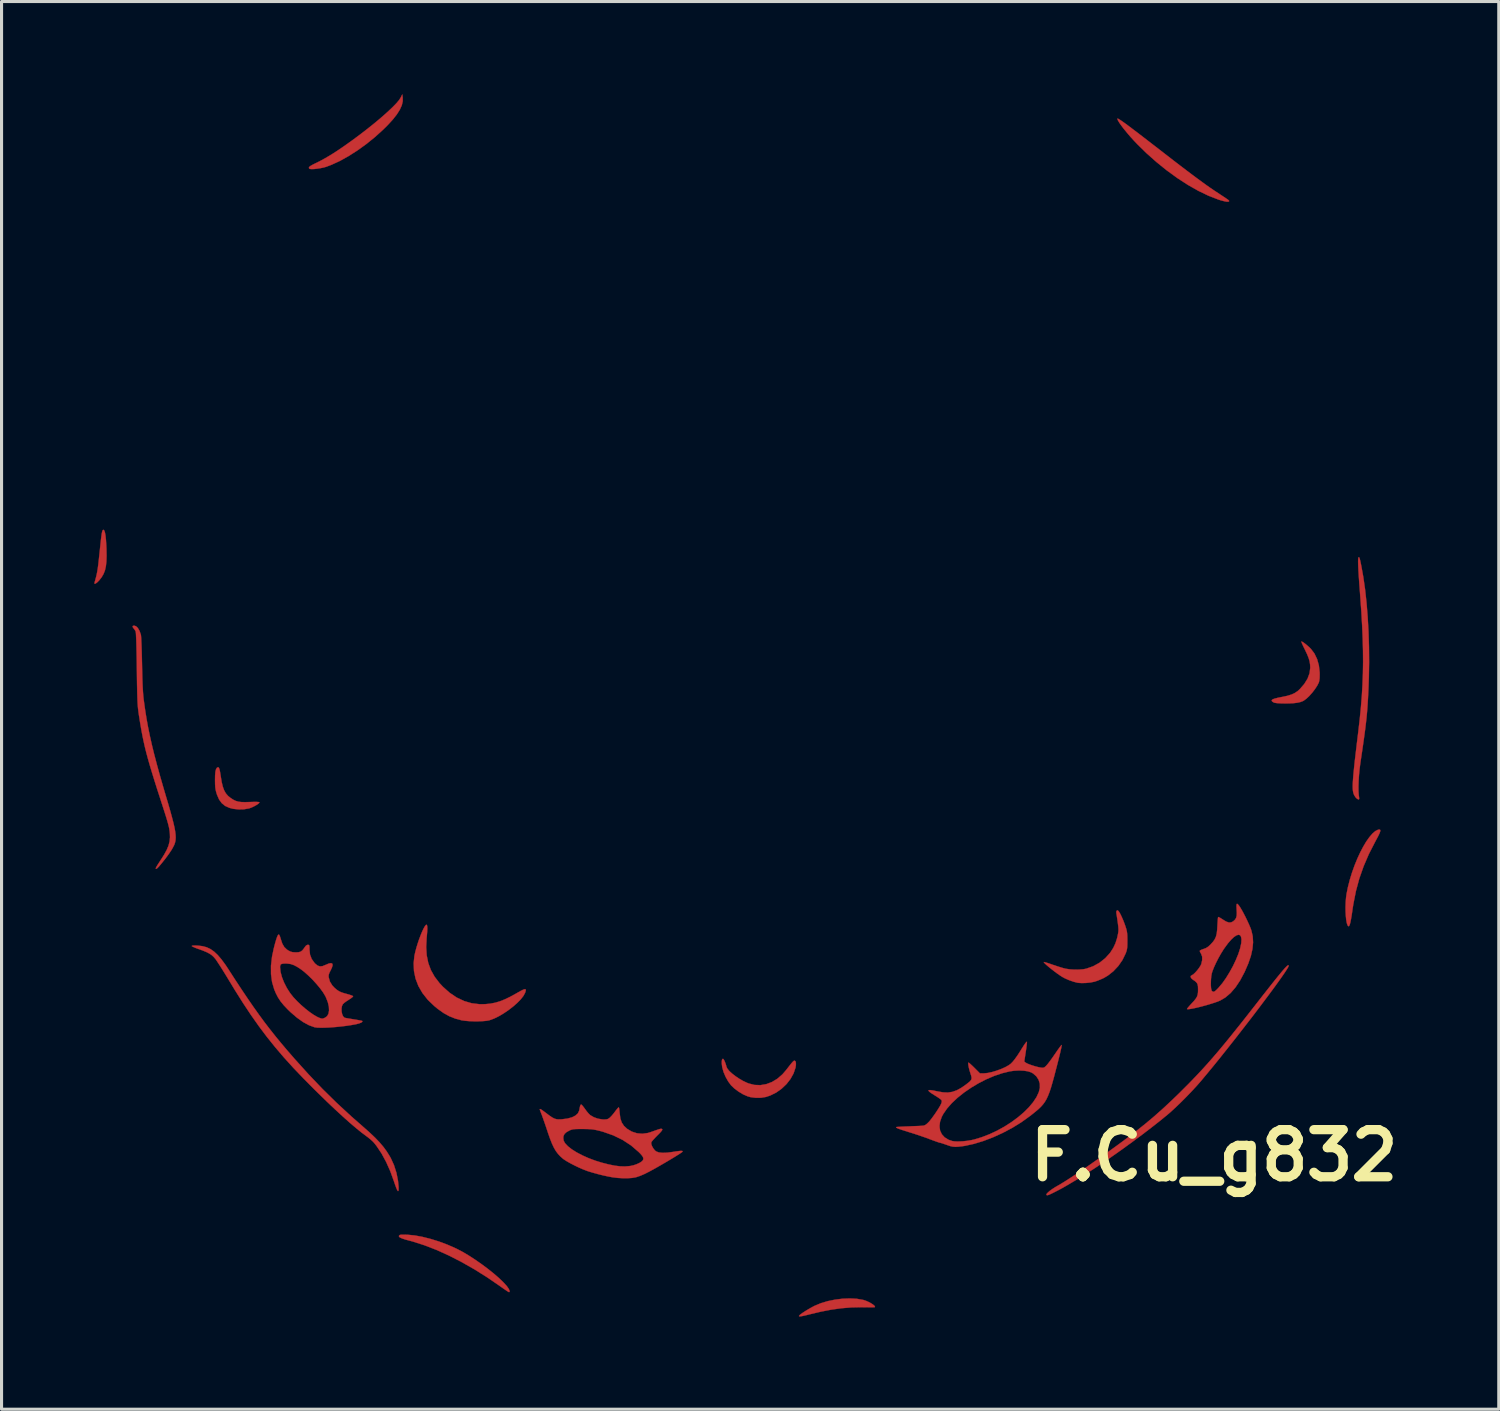
<source format=kicad_pcb>
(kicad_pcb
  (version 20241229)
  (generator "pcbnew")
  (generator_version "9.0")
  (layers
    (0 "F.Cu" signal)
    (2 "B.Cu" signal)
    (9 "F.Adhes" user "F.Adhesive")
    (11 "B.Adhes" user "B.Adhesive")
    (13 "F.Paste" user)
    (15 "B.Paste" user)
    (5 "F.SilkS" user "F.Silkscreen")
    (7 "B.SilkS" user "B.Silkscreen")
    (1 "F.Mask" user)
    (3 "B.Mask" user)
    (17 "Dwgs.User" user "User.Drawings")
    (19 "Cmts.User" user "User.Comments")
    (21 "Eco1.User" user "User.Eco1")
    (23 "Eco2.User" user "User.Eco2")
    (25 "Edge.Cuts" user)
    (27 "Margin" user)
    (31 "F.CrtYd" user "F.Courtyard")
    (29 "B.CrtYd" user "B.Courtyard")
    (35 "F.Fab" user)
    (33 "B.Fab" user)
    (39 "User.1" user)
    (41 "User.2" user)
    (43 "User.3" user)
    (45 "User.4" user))
  (footprint "F.Cu_g832"
    (layer "F.Cu")
    (at 36.238 34.34)
    (property "Reference" "F.Cu_g832" (at 0 0 0) (layer "F.SilkS") (effects (font (size 1.524 1.524) (thickness 0.3))))
    (attr through_hole)
    (fp_poly (pts (xy -35.915 -20.225) (xy -35.893 -20.163) (xy -35.874 -20.061) (xy -35.859 -19.919) (xy -35.848 -19.74) (xy -35.843 -19.622) (xy -35.839 -19.402) (xy -35.845 -19.218) (xy -35.862 -19.064) (xy -35.892 -18.932) (xy -35.937 -18.818) (xy -35.997 -18.714) (xy -36.074 -18.615) (xy -36.086 -18.602) (xy -36.145 -18.543) (xy -36.192 -18.508) (xy -36.223 -18.5) (xy -36.233 -18.519) (xy -36.229 -18.537) (xy -36.201 -18.635) (xy -36.178 -18.723) (xy -36.158 -18.807) (xy -36.141 -18.895) (xy -36.125 -18.992) (xy -36.11 -19.106) (xy -36.094 -19.243) (xy -36.076 -19.41) (xy -36.057 -19.59) (xy -36.038 -19.775) (xy -36.022 -19.922) (xy -36.008 -20.035) (xy -35.996 -20.119) (xy -35.984 -20.178) (xy -35.973 -20.215) (xy -35.961 -20.236) (xy -35.948 -20.245) (xy -35.94 -20.246) (xy -35.915 -20.225)) (stroke (width 0.01) (type solid)) (fill yes) (layer "F.Cu"))
    (fp_poly (pts (xy -11.564 4.638) (xy -11.364 4.673) (xy -11.345 4.677) (xy -11.264 4.704) (xy -11.183 4.74) (xy -11.107 4.78) (xy -11.043 4.821) (xy -10.997 4.858) (xy -10.974 4.889) (xy -10.979 4.908) (xy -11.001 4.912) (xy -11.033 4.913) (xy -11.101 4.913) (xy -11.195 4.913) (xy -11.31 4.912) (xy -11.43 4.911) (xy -11.743 4.918) (xy -12.058 4.944) (xy -12.383 4.989) (xy -12.726 5.055) (xy -13.096 5.143) (xy -13.1 5.144) (xy -13.2 5.169) (xy -13.29 5.19) (xy -13.359 5.203) (xy -13.394 5.207) (xy -13.431 5.205) (xy -13.432 5.192) (xy -13.408 5.163) (xy -13.371 5.132) (xy -13.305 5.086) (xy -13.22 5.031) (xy -13.124 4.973) (xy -13.027 4.918) (xy -12.937 4.87) (xy -12.933 4.868) (xy -12.734 4.784) (xy -12.51 4.716) (xy -12.272 4.667) (xy -12.028 4.636) (xy -11.789 4.627) (xy -11.564 4.638)) (stroke (width 0.01) (type solid)) (fill yes) (layer "F.Cu"))
    (fp_poly (pts (xy 5.364 -10.544) (xy 5.379 -10.528) (xy 5.377 -10.494) (xy 5.358 -10.438) (xy 5.32 -10.355) (xy 5.261 -10.243) (xy 5.216 -10.159) (xy 5.009 -9.756) (xy 4.839 -9.36) (xy 4.699 -8.963) (xy 4.589 -8.555) (xy 4.504 -8.125) (xy 4.477 -7.948) (xy 4.451 -7.769) (xy 4.427 -7.63) (xy 4.406 -7.528) (xy 4.386 -7.46) (xy 4.367 -7.423) (xy 4.348 -7.416) (xy 4.327 -7.435) (xy 4.318 -7.451) (xy 4.294 -7.52) (xy 4.275 -7.623) (xy 4.262 -7.751) (xy 4.254 -7.896) (xy 4.253 -8.049) (xy 4.258 -8.203) (xy 4.27 -8.348) (xy 4.285 -8.458) (xy 4.332 -8.691) (xy 4.392 -8.925) (xy 4.464 -9.158) (xy 4.545 -9.385) (xy 4.634 -9.603) (xy 4.728 -9.807) (xy 4.826 -9.994) (xy 4.925 -10.16) (xy 5.025 -10.301) (xy 5.122 -10.414) (xy 5.215 -10.495) (xy 5.302 -10.539) (xy 5.334 -10.546) (xy 5.364 -10.544)) (stroke (width 0.01) (type solid)) (fill yes) (layer "F.Cu"))
    (fp_poly (pts (xy -26.256 -34.239) (xy -26.255 -34.116) (xy -26.285 -33.985) (xy -26.349 -33.842) (xy -26.447 -33.687) (xy -26.581 -33.517) (xy -26.752 -33.332) (xy -26.889 -33.196) (xy -27.156 -32.954) (xy -27.436 -32.728) (xy -27.723 -32.521) (xy -28.01 -32.338) (xy -28.293 -32.181) (xy -28.565 -32.056) (xy -28.734 -31.992) (xy -28.82 -31.968) (xy -28.919 -31.948) (xy -29.022 -31.932) (xy -29.119 -31.921) (xy -29.202 -31.918) (xy -29.259 -31.923) (xy -29.279 -31.931) (xy -29.294 -31.959) (xy -29.281 -31.989) (xy -29.237 -32.023) (xy -29.159 -32.067) (xy -29.109 -32.091) (xy -28.93 -32.18) (xy -28.753 -32.277) (xy -28.569 -32.386) (xy -28.374 -32.511) (xy -28.161 -32.656) (xy -27.923 -32.825) (xy -27.908 -32.836) (xy -27.679 -33.005) (xy -27.458 -33.174) (xy -27.247 -33.341) (xy -27.05 -33.503) (xy -26.87 -33.658) (xy -26.709 -33.803) (xy -26.571 -33.935) (xy -26.459 -34.051) (xy -26.376 -34.149) (xy -26.325 -34.227) (xy -26.323 -34.231) (xy -26.271 -34.335) (xy -26.256 -34.239)) (stroke (width 0.01) (type solid)) (fill yes) (layer "F.Cu"))
    (fp_poly (pts (xy -26.191 2.563) (xy -26.088 2.567) (xy -25.864 2.589) (xy -25.615 2.635) (xy -25.35 2.702) (xy -25.077 2.787) (xy -24.805 2.889) (xy -24.542 3.005) (xy -24.5 3.025) (xy -24.313 3.124) (xy -24.112 3.243) (xy -23.906 3.377) (xy -23.7 3.521) (xy -23.5 3.67) (xy -23.312 3.82) (xy -23.144 3.966) (xy -23 4.104) (xy -22.887 4.228) (xy -22.878 4.241) (xy -22.83 4.309) (xy -22.802 4.368) (xy -22.796 4.408) (xy -22.815 4.424) (xy -22.816 4.424) (xy -22.839 4.412) (xy -22.89 4.38) (xy -22.962 4.331) (xy -23.05 4.27) (xy -23.106 4.23) (xy -23.519 3.947) (xy -23.936 3.685) (xy -24.353 3.448) (xy -24.765 3.237) (xy -25.168 3.055) (xy -25.559 2.904) (xy -25.931 2.785) (xy -26.021 2.761) (xy -26.163 2.723) (xy -26.267 2.689) (xy -26.335 2.66) (xy -26.372 2.634) (xy -26.38 2.608) (xy -26.37 2.589) (xy -26.352 2.575) (xy -26.321 2.566) (xy -26.27 2.563) (xy -26.191 2.563)) (stroke (width 0.01) (type solid)) (fill yes) (layer "F.Cu"))
    (fp_poly (pts (xy -32.203 -12.54) (xy -32.185 -12.493) (xy -32.168 -12.414) (xy -32.149 -12.299) (xy -32.144 -12.266) (xy -32.114 -12.081) (xy -32.078 -11.933) (xy -32.034 -11.813) (xy -31.979 -11.717) (xy -31.91 -11.636) (xy -31.825 -11.567) (xy -31.742 -11.513) (xy -31.662 -11.474) (xy -31.577 -11.449) (xy -31.478 -11.436) (xy -31.355 -11.433) (xy -31.207 -11.437) (xy -31.083 -11.441) (xy -30.987 -11.441) (xy -30.921 -11.437) (xy -30.893 -11.43) (xy -30.893 -11.43) (xy -30.901 -11.407) (xy -30.94 -11.373) (xy -31 -11.334) (xy -31.074 -11.294) (xy -31.151 -11.258) (xy -31.224 -11.232) (xy -31.235 -11.229) (xy -31.395 -11.202) (xy -31.57 -11.198) (xy -31.741 -11.217) (xy -31.866 -11.249) (xy -32.003 -11.311) (xy -32.112 -11.4) (xy -32.198 -11.518) (xy -32.265 -11.671) (xy -32.271 -11.69) (xy -32.296 -11.772) (xy -32.312 -11.845) (xy -32.323 -11.922) (xy -32.328 -12.016) (xy -32.33 -12.139) (xy -32.328 -12.292) (xy -32.319 -12.407) (xy -32.301 -12.488) (xy -32.275 -12.539) (xy -32.246 -12.56) (xy -32.222 -12.561) (xy -32.203 -12.54)) (stroke (width 0.01) (type solid)) (fill yes) (layer "F.Cu"))
    (fp_poly (pts (xy -3.089 -33.539) (xy -3.042 -33.51) (xy -2.974 -33.464) (xy -2.884 -33.4) (xy -2.77 -33.316) (xy -2.631 -33.211) (xy -2.464 -33.085) (xy -2.269 -32.935) (xy -2.043 -32.76) (xy -1.883 -32.637) (xy -1.59 -32.41) (xy -1.328 -32.207) (xy -1.093 -32.027) (xy -0.884 -31.868) (xy -0.697 -31.727) (xy -0.531 -31.604) (xy -0.382 -31.495) (xy -0.248 -31.398) (xy -0.127 -31.313) (xy -0.016 -31.237) (xy 0.063 -31.185) (xy 0.196 -31.097) (xy 0.298 -31.03) (xy 0.373 -30.98) (xy 0.425 -30.944) (xy 0.458 -30.92) (xy 0.476 -30.903) (xy 0.485 -30.892) (xy 0.487 -30.883) (xy 0.487 -30.881) (xy 0.468 -30.864) (xy 0.414 -30.863) (xy 0.33 -30.878) (xy 0.219 -30.907) (xy 0.131 -30.935) (xy -0.185 -31.058) (xy -0.513 -31.216) (xy -0.849 -31.407) (xy -1.19 -31.628) (xy -1.531 -31.876) (xy -1.868 -32.148) (xy -2.196 -32.44) (xy -2.477 -32.716) (xy -2.597 -32.842) (xy -2.713 -32.97) (xy -2.82 -33.096) (xy -2.918 -33.215) (xy -3 -33.323) (xy -3.065 -33.415) (xy -3.109 -33.488) (xy -3.129 -33.537) (xy -3.129 -33.55) (xy -3.118 -33.552) (xy -3.089 -33.539)) (stroke (width 0.01) (type solid)) (fill yes) (layer "F.Cu"))
    (fp_poly (pts (xy -15.89 -3.127) (xy -15.867 -3.103) (xy -15.839 -3.049) (xy -15.811 -2.978) (xy -15.787 -2.902) (xy -15.78 -2.87) (xy -15.749 -2.807) (xy -15.687 -2.731) (xy -15.598 -2.65) (xy -15.49 -2.566) (xy -15.37 -2.485) (xy -15.242 -2.411) (xy -15.115 -2.351) (xy -15.063 -2.33) (xy -14.873 -2.282) (xy -14.682 -2.275) (xy -14.492 -2.307) (xy -14.307 -2.377) (xy -14.131 -2.484) (xy -13.968 -2.626) (xy -13.853 -2.759) (xy -13.766 -2.871) (xy -13.701 -2.953) (xy -13.654 -3.01) (xy -13.62 -3.045) (xy -13.597 -3.063) (xy -13.579 -3.069) (xy -13.578 -3.069) (xy -13.548 -3.05) (xy -13.533 -2.999) (xy -13.533 -2.922) (xy -13.545 -2.844) (xy -13.608 -2.656) (xy -13.708 -2.476) (xy -13.838 -2.309) (xy -13.995 -2.16) (xy -14.171 -2.035) (xy -14.363 -1.94) (xy -14.499 -1.894) (xy -14.659 -1.867) (xy -14.831 -1.865) (xy -14.997 -1.886) (xy -15.096 -1.914) (xy -15.242 -1.978) (xy -15.391 -2.068) (xy -15.528 -2.171) (xy -15.632 -2.271) (xy -15.726 -2.398) (xy -15.81 -2.548) (xy -15.876 -2.705) (xy -15.917 -2.855) (xy -15.92 -2.871) (xy -15.932 -2.975) (xy -15.931 -3.057) (xy -15.92 -3.11) (xy -15.897 -3.128) (xy -15.89 -3.127)) (stroke (width 0.01) (type solid)) (fill yes) (layer "F.Cu"))
    (fp_poly (pts (xy 2.846 -16.626) (xy 2.892 -16.599) (xy 2.953 -16.554) (xy 3.02 -16.498) (xy 3.087 -16.438) (xy 3.135 -16.389) (xy 3.248 -16.239) (xy 3.333 -16.061) (xy 3.39 -15.858) (xy 3.415 -15.638) (xy 3.417 -15.579) (xy 3.414 -15.449) (xy 3.401 -15.351) (xy 3.388 -15.303) (xy 3.335 -15.2) (xy 3.261 -15.087) (xy 3.173 -14.973) (xy 3.079 -14.868) (xy 2.985 -14.78) (xy 2.901 -14.718) (xy 2.875 -14.704) (xy 2.791 -14.672) (xy 2.691 -14.65) (xy 2.569 -14.635) (xy 2.418 -14.628) (xy 2.288 -14.627) (xy 2.142 -14.63) (xy 2.034 -14.637) (xy 1.96 -14.648) (xy 1.931 -14.658) (xy 1.886 -14.685) (xy 1.863 -14.713) (xy 1.863 -14.717) (xy 1.872 -14.741) (xy 1.904 -14.763) (xy 1.964 -14.785) (xy 2.055 -14.808) (xy 2.182 -14.834) (xy 2.205 -14.838) (xy 2.372 -14.874) (xy 2.506 -14.916) (xy 2.614 -14.966) (xy 2.706 -15.029) (xy 2.768 -15.085) (xy 2.917 -15.256) (xy 3.024 -15.429) (xy 3.088 -15.603) (xy 3.111 -15.778) (xy 3.111 -15.781) (xy 3.106 -15.887) (xy 3.09 -15.988) (xy 3.059 -16.096) (xy 3.01 -16.218) (xy 2.941 -16.364) (xy 2.928 -16.39) (xy 2.884 -16.479) (xy 2.85 -16.554) (xy 2.829 -16.607) (xy 2.823 -16.631) (xy 2.823 -16.631) (xy 2.846 -16.626)) (stroke (width 0.01) (type solid)) (fill yes) (layer "F.Cu"))
    (fp_poly (pts (xy -25.474 -7.458) (xy -25.463 -7.417) (xy -25.46 -7.342) (xy -25.465 -7.231) (xy -25.478 -7.08) (xy -25.482 -7.038) (xy -25.497 -6.745) (xy -25.48 -6.477) (xy -25.43 -6.23) (xy -25.346 -6.001) (xy -25.225 -5.785) (xy -25.067 -5.578) (xy -24.956 -5.459) (xy -24.737 -5.264) (xy -24.509 -5.11) (xy -24.271 -4.997) (xy -24.023 -4.925) (xy -23.765 -4.894) (xy -23.591 -4.896) (xy -23.427 -4.912) (xy -23.271 -4.941) (xy -23.116 -4.986) (xy -22.955 -5.05) (xy -22.778 -5.135) (xy -22.578 -5.245) (xy -22.546 -5.264) (xy -22.434 -5.327) (xy -22.354 -5.366) (xy -22.303 -5.381) (xy -22.277 -5.373) (xy -22.273 -5.341) (xy -22.289 -5.285) (xy -22.299 -5.258) (xy -22.352 -5.16) (xy -22.438 -5.051) (xy -22.551 -4.936) (xy -22.684 -4.819) (xy -22.831 -4.706) (xy -22.986 -4.6) (xy -23.143 -4.507) (xy -23.295 -4.432) (xy -23.435 -4.38) (xy -23.465 -4.371) (xy -23.553 -4.356) (xy -23.671 -4.346) (xy -23.81 -4.341) (xy -23.957 -4.341) (xy -24.102 -4.346) (xy -24.233 -4.357) (xy -24.34 -4.372) (xy -24.352 -4.374) (xy -24.558 -4.43) (xy -24.749 -4.506) (xy -24.933 -4.608) (xy -25.121 -4.741) (xy -25.236 -4.836) (xy -25.446 -5.038) (xy -25.617 -5.255) (xy -25.749 -5.483) (xy -25.841 -5.722) (xy -25.892 -5.971) (xy -25.902 -6.228) (xy -25.878 -6.456) (xy -25.852 -6.577) (xy -25.817 -6.711) (xy -25.775 -6.85) (xy -25.728 -6.99) (xy -25.678 -7.122) (xy -25.629 -7.242) (xy -25.582 -7.342) (xy -25.539 -7.417) (xy -25.504 -7.46) (xy -25.492 -7.466) (xy -25.474 -7.458)) (stroke (width 0.01) (type solid)) (fill yes) (layer "F.Cu"))
    (fp_poly (pts (xy 4.697 -19.35) (xy 4.708 -19.324) (xy 4.722 -19.273) (xy 4.74 -19.191) (xy 4.761 -19.089) (xy 4.828 -18.719) (xy 4.886 -18.314) (xy 4.933 -17.88) (xy 4.97 -17.422) (xy 4.997 -16.946) (xy 5.012 -16.458) (xy 5.016 -15.964) (xy 5.008 -15.47) (xy 4.998 -15.177) (xy 4.989 -14.977) (xy 4.98 -14.798) (xy 4.97 -14.632) (xy 4.96 -14.476) (xy 4.947 -14.324) (xy 4.933 -14.17) (xy 4.915 -14.01) (xy 4.895 -13.838) (xy 4.87 -13.649) (xy 4.841 -13.438) (xy 4.807 -13.2) (xy 4.767 -12.93) (xy 4.731 -12.686) (xy 4.707 -12.5) (xy 4.689 -12.309) (xy 4.677 -12.122) (xy 4.671 -11.946) (xy 4.672 -11.792) (xy 4.68 -11.667) (xy 4.686 -11.626) (xy 4.695 -11.555) (xy 4.688 -11.522) (xy 4.664 -11.521) (xy 4.617 -11.549) (xy 4.577 -11.59) (xy 4.538 -11.651) (xy 4.528 -11.671) (xy 4.513 -11.709) (xy 4.501 -11.753) (xy 4.492 -11.804) (xy 4.487 -11.867) (xy 4.485 -11.943) (xy 4.487 -12.036) (xy 4.494 -12.149) (xy 4.504 -12.283) (xy 4.519 -12.443) (xy 4.538 -12.631) (xy 4.562 -12.849) (xy 4.592 -13.101) (xy 4.626 -13.389) (xy 4.666 -13.716) (xy 4.712 -14.118) (xy 4.75 -14.501) (xy 4.78 -14.871) (xy 4.801 -15.234) (xy 4.815 -15.595) (xy 4.821 -15.96) (xy 4.818 -16.336) (xy 4.808 -16.728) (xy 4.79 -17.142) (xy 4.765 -17.584) (xy 4.731 -18.06) (xy 4.72 -18.214) (xy 4.699 -18.495) (xy 4.682 -18.734) (xy 4.67 -18.934) (xy 4.663 -19.093) (xy 4.66 -19.214) (xy 4.662 -19.297) (xy 4.668 -19.344) (xy 4.673 -19.354) (xy 4.686 -19.358) (xy 4.697 -19.35)) (stroke (width 0.01) (type solid)) (fill yes) (layer "F.Cu"))
    (fp_poly (pts (xy -3.106 -7.92) (xy -3.102 -7.917) (xy -3.071 -7.878) (xy -3.031 -7.807) (xy -2.986 -7.712) (xy -2.939 -7.603) (xy -2.894 -7.486) (xy -2.867 -7.408) (xy -2.841 -7.326) (xy -2.824 -7.256) (xy -2.814 -7.184) (xy -2.809 -7.097) (xy -2.807 -6.984) (xy -2.807 -6.953) (xy -2.808 -6.835) (xy -2.811 -6.748) (xy -2.819 -6.681) (xy -2.832 -6.623) (xy -2.852 -6.564) (xy -2.862 -6.538) (xy -2.966 -6.325) (xy -3.101 -6.13) (xy -3.262 -5.959) (xy -3.443 -5.817) (xy -3.58 -5.738) (xy -3.676 -5.695) (xy -3.773 -5.656) (xy -3.856 -5.627) (xy -3.875 -5.622) (xy -4.003 -5.597) (xy -4.145 -5.582) (xy -4.282 -5.578) (xy -4.4 -5.586) (xy -4.417 -5.589) (xy -4.548 -5.622) (xy -4.694 -5.673) (xy -4.833 -5.734) (xy -4.92 -5.782) (xy -4.998 -5.833) (xy -5.087 -5.895) (xy -5.179 -5.964) (xy -5.27 -6.035) (xy -5.354 -6.103) (xy -5.426 -6.164) (xy -5.479 -6.214) (xy -5.508 -6.247) (xy -5.51 -6.26) (xy -5.484 -6.255) (xy -5.425 -6.239) (xy -5.343 -6.213) (xy -5.245 -6.179) (xy -5.216 -6.169) (xy -5.1 -6.13) (xy -4.984 -6.093) (xy -4.88 -6.062) (xy -4.802 -6.042) (xy -4.798 -6.042) (xy -4.665 -6.022) (xy -4.515 -6.013) (xy -4.363 -6.015) (xy -4.224 -6.027) (xy -4.137 -6.044) (xy -3.915 -6.122) (xy -3.708 -6.236) (xy -3.523 -6.383) (xy -3.367 -6.556) (xy -3.351 -6.579) (xy -3.26 -6.722) (xy -3.192 -6.868) (xy -3.139 -7.034) (xy -3.117 -7.133) (xy -3.103 -7.204) (xy -3.096 -7.264) (xy -3.095 -7.325) (xy -3.1 -7.399) (xy -3.112 -7.497) (xy -3.12 -7.556) (xy -3.135 -7.66) (xy -3.148 -7.75) (xy -3.159 -7.817) (xy -3.165 -7.852) (xy -3.165 -7.853) (xy -3.163 -7.898) (xy -3.155 -7.915) (xy -3.134 -7.934) (xy -3.106 -7.92)) (stroke (width 0.01) (type solid)) (fill yes) (layer "F.Cu"))
    (fp_poly (pts (xy -32.909 -6.791) (xy -32.885 -6.79) (xy -32.738 -6.773) (xy -32.605 -6.738) (xy -32.48 -6.68) (xy -32.361 -6.597) (xy -32.242 -6.485) (xy -32.12 -6.342) (xy -31.99 -6.165) (xy -31.898 -6.026) (xy -31.672 -5.676) (xy -31.463 -5.359) (xy -31.268 -5.069) (xy -31.083 -4.801) (xy -30.905 -4.551) (xy -30.731 -4.314) (xy -30.556 -4.086) (xy -30.378 -3.861) (xy -30.192 -3.635) (xy -29.996 -3.403) (xy -29.786 -3.161) (xy -29.767 -3.139) (xy -29.31 -2.632) (xy -28.855 -2.155) (xy -28.39 -1.698) (xy -27.906 -1.251) (xy -27.538 -0.929) (xy -27.331 -0.745) (xy -27.155 -0.579) (xy -27.006 -0.424) (xy -26.88 -0.275) (xy -26.771 -0.126) (xy -26.676 0.027) (xy -26.643 0.085) (xy -26.539 0.313) (xy -26.459 0.565) (xy -26.408 0.827) (xy -26.39 1.014) (xy -26.389 1.099) (xy -26.396 1.146) (xy -26.411 1.153) (xy -26.434 1.121) (xy -26.466 1.048) (xy -26.507 0.935) (xy -26.54 0.836) (xy -26.657 0.514) (xy -26.791 0.213) (xy -26.939 -0.061) (xy -27.099 -0.301) (xy -27.182 -0.407) (xy -27.239 -0.466) (xy -27.317 -0.535) (xy -27.402 -0.603) (xy -27.428 -0.621) (xy -27.583 -0.737) (xy -27.764 -0.884) (xy -27.97 -1.059) (xy -28.198 -1.263) (xy -28.448 -1.493) (xy -28.717 -1.748) (xy -29.003 -2.027) (xy -29.111 -2.133) (xy -29.469 -2.494) (xy -29.798 -2.838) (xy -30.102 -3.174) (xy -30.385 -3.506) (xy -30.654 -3.841) (xy -30.914 -4.187) (xy -31.168 -4.548) (xy -31.423 -4.932) (xy -31.683 -5.345) (xy -31.868 -5.65) (xy -31.958 -5.799) (xy -32.047 -5.943) (xy -32.13 -6.076) (xy -32.204 -6.191) (xy -32.265 -6.284) (xy -32.309 -6.348) (xy -32.322 -6.365) (xy -32.38 -6.431) (xy -32.443 -6.487) (xy -32.518 -6.536) (xy -32.612 -6.584) (xy -32.733 -6.634) (xy -32.888 -6.689) (xy -32.971 -6.72) (xy -33.037 -6.749) (xy -33.076 -6.77) (xy -33.084 -6.779) (xy -33.063 -6.789) (xy -33.004 -6.793) (xy -32.909 -6.791)) (stroke (width 0.01) (type solid)) (fill yes) (layer "F.Cu"))
    (fp_poly (pts (xy 2.408 -6.154) (xy 2.413 -6.139) (xy 2.413 -6.136) (xy 2.4 -6.1) (xy 2.362 -6.035) (xy 2.302 -5.942) (xy 2.221 -5.823) (xy 2.121 -5.681) (xy 2.005 -5.519) (xy 1.873 -5.339) (xy 1.728 -5.144) (xy 1.572 -4.936) (xy 1.407 -4.717) (xy 1.235 -4.491) (xy 1.057 -4.26) (xy 0.875 -4.026) (xy 0.693 -3.792) (xy 0.51 -3.56) (xy 0.33 -3.334) (xy 0.155 -3.114) (xy -0.015 -2.905) (xy -0.177 -2.708) (xy -0.328 -2.526) (xy -0.432 -2.402) (xy -0.579 -2.235) (xy -0.744 -2.057) (xy -0.919 -1.876) (xy -1.096 -1.699) (xy -1.267 -1.536) (xy -1.424 -1.392) (xy -1.513 -1.316) (xy -1.763 -1.112) (xy -2.038 -0.896) (xy -2.331 -0.672) (xy -2.637 -0.445) (xy -2.949 -0.218) (xy -3.263 0.004) (xy -3.57 0.216) (xy -3.867 0.415) (xy -4.146 0.596) (xy -4.402 0.755) (xy -4.487 0.806) (xy -4.632 0.891) (xy -4.746 0.959) (xy -4.838 1.012) (xy -4.913 1.055) (xy -4.98 1.091) (xy -5.044 1.125) (xy -5.112 1.16) (xy -5.179 1.194) (xy -5.276 1.242) (xy -5.342 1.272) (xy -5.385 1.286) (xy -5.41 1.287) (xy -5.424 1.277) (xy -5.428 1.272) (xy -5.421 1.245) (xy -5.383 1.203) (xy -5.321 1.149) (xy -5.24 1.09) (xy -5.146 1.029) (xy -5.07 0.985) (xy -4.961 0.922) (xy -4.823 0.837) (xy -4.66 0.732) (xy -4.476 0.611) (xy -4.275 0.476) (xy -4.062 0.33) (xy -3.84 0.175) (xy -3.614 0.017) (xy -3.388 -0.144) (xy -3.167 -0.304) (xy -2.954 -0.46) (xy -2.755 -0.61) (xy -2.572 -0.749) (xy -2.531 -0.781) (xy -2.228 -1.022) (xy -1.939 -1.265) (xy -1.655 -1.517) (xy -1.365 -1.788) (xy -1.145 -2) (xy -0.95 -2.194) (xy -0.765 -2.381) (xy -0.587 -2.566) (xy -0.414 -2.75) (xy -0.242 -2.939) (xy -0.068 -3.136) (xy 0.111 -3.344) (xy 0.297 -3.567) (xy 0.495 -3.808) (xy 0.707 -4.072) (xy 0.937 -4.36) (xy 1.186 -4.678) (xy 1.302 -4.826) (xy 1.5 -5.08) (xy 1.675 -5.303) (xy 1.826 -5.495) (xy 1.956 -5.659) (xy 2.067 -5.796) (xy 2.159 -5.908) (xy 2.234 -5.997) (xy 2.294 -6.065) (xy 2.34 -6.112) (xy 2.373 -6.142) (xy 2.395 -6.155) (xy 2.408 -6.154)) (stroke (width 0.01) (type solid)) (fill yes) (layer "F.Cu"))
    (fp_poly (pts (xy -34.886 -17.125) (xy -34.826 -17.066) (xy -34.773 -16.975) (xy -34.731 -16.855) (xy -34.729 -16.849) (xy -34.724 -16.812) (xy -34.719 -16.738) (xy -34.714 -16.631) (xy -34.708 -16.496) (xy -34.703 -16.34) (xy -34.698 -16.165) (xy -34.694 -15.978) (xy -34.692 -15.907) (xy -34.687 -15.663) (xy -34.682 -15.455) (xy -34.676 -15.279) (xy -34.669 -15.129) (xy -34.661 -14.998) (xy -34.652 -14.882) (xy -34.641 -14.776) (xy -34.631 -14.7) (xy -34.592 -14.419) (xy -34.548 -14.142) (xy -34.498 -13.865) (xy -34.44 -13.582) (xy -34.374 -13.289) (xy -34.298 -12.979) (xy -34.211 -12.648) (xy -34.113 -12.292) (xy -34.001 -11.904) (xy -33.927 -11.652) (xy -33.845 -11.378) (xy -33.777 -11.14) (xy -33.721 -10.935) (xy -33.676 -10.761) (xy -33.642 -10.612) (xy -33.619 -10.486) (xy -33.606 -10.379) (xy -33.602 -10.288) (xy -33.607 -10.209) (xy -33.62 -10.139) (xy -33.64 -10.074) (xy -33.661 -10.026) (xy -33.726 -9.905) (xy -33.822 -9.761) (xy -33.945 -9.594) (xy -34.073 -9.435) (xy -34.146 -9.349) (xy -34.198 -9.296) (xy -34.23 -9.274) (xy -34.245 -9.279) (xy -34.248 -9.295) (xy -34.236 -9.321) (xy -34.206 -9.375) (xy -34.16 -9.448) (xy -34.103 -9.535) (xy -34.09 -9.555) (xy -33.977 -9.733) (xy -33.892 -9.889) (xy -33.834 -10.03) (xy -33.8 -10.164) (xy -33.787 -10.296) (xy -33.791 -10.414) (xy -33.797 -10.475) (xy -33.805 -10.533) (xy -33.815 -10.594) (xy -33.83 -10.661) (xy -33.85 -10.739) (xy -33.877 -10.834) (xy -33.911 -10.948) (xy -33.955 -11.088) (xy -34.009 -11.257) (xy -34.075 -11.46) (xy -34.099 -11.536) (xy -34.204 -11.859) (xy -34.295 -12.148) (xy -34.375 -12.407) (xy -34.445 -12.641) (xy -34.506 -12.855) (xy -34.559 -13.054) (xy -34.606 -13.244) (xy -34.647 -13.429) (xy -34.685 -13.614) (xy -34.72 -13.804) (xy -34.754 -14.004) (xy -34.788 -14.22) (xy -34.79 -14.231) (xy -34.802 -14.312) (xy -34.812 -14.387) (xy -34.821 -14.459) (xy -34.828 -14.534) (xy -34.834 -14.615) (xy -34.839 -14.707) (xy -34.843 -14.815) (xy -34.847 -14.943) (xy -34.85 -15.096) (xy -34.854 -15.277) (xy -34.857 -15.492) (xy -34.86 -15.744) (xy -34.86 -15.748) (xy -34.864 -16.043) (xy -34.869 -16.296) (xy -34.874 -16.507) (xy -34.879 -16.678) (xy -34.885 -16.808) (xy -34.89 -16.898) (xy -34.897 -16.949) (xy -34.899 -16.959) (xy -34.934 -17.019) (xy -34.967 -17.06) (xy -34.997 -17.104) (xy -34.99 -17.134) (xy -34.95 -17.145) (xy -34.886 -17.125)) (stroke (width 0.01) (type solid)) (fill yes) (layer "F.Cu"))
    (fp_poly (pts (xy 0.766 -8.132) (xy 0.807 -8.083) (xy 0.842 -8.031) (xy 0.892 -7.948) (xy 0.952 -7.839) (xy 1.017 -7.713) (xy 1.08 -7.582) (xy 1.137 -7.457) (xy 1.182 -7.349) (xy 1.205 -7.284) (xy 1.249 -7.095) (xy 1.261 -6.896) (xy 1.241 -6.684) (xy 1.19 -6.456) (xy 1.105 -6.209) (xy 0.988 -5.939) (xy 0.984 -5.932) (xy 0.843 -5.666) (xy 0.693 -5.441) (xy 0.534 -5.257) (xy 0.365 -5.113) (xy 0.205 -5.018) (xy 0.129 -4.985) (xy 0.028 -4.949) (xy -0.091 -4.911) (xy -0.22 -4.872) (xy -0.354 -4.835) (xy -0.485 -4.801) (xy -0.608 -4.772) (xy -0.715 -4.75) (xy -0.801 -4.736) (xy -0.857 -4.732) (xy -0.877 -4.737) (xy -0.868 -4.756) (xy -0.835 -4.798) (xy -0.784 -4.856) (xy -0.742 -4.902) (xy -0.654 -4.997) (xy -0.593 -5.073) (xy -0.553 -5.14) (xy -0.531 -5.207) (xy -0.521 -5.284) (xy -0.519 -5.369) (xy -0.522 -5.47) (xy -0.536 -5.542) (xy -0.566 -5.596) (xy -0.106 -5.596) (xy -0.105 -5.493) (xy -0.098 -5.407) (xy -0.084 -5.346) (xy -0.073 -5.325) (xy -0.041 -5.301) (xy -0.01 -5.297) (xy 0.029 -5.317) (xy 0.081 -5.363) (xy 0.143 -5.427) (xy 0.265 -5.571) (xy 0.386 -5.742) (xy 0.502 -5.931) (xy 0.611 -6.129) (xy 0.706 -6.33) (xy 0.786 -6.525) (xy 0.844 -6.707) (xy 0.878 -6.866) (xy 0.88 -6.884) (xy 0.886 -7.001) (xy 0.87 -7.082) (xy 0.836 -7.129) (xy 0.786 -7.142) (xy 0.72 -7.121) (xy 0.64 -7.067) (xy 0.549 -6.981) (xy 0.448 -6.864) (xy 0.339 -6.715) (xy 0.306 -6.668) (xy 0.221 -6.531) (xy 0.137 -6.382) (xy 0.06 -6.23) (xy -0.005 -6.087) (xy -0.054 -5.962) (xy -0.074 -5.896) (xy -0.091 -5.807) (xy -0.101 -5.703) (xy -0.106 -5.596) (xy -0.566 -5.596) (xy -0.566 -5.596) (xy -0.62 -5.644) (xy -0.683 -5.686) (xy -0.738 -5.733) (xy -0.761 -5.778) (xy -0.75 -5.814) (xy -0.721 -5.831) (xy -0.674 -5.859) (xy -0.615 -5.914) (xy -0.55 -5.986) (xy -0.49 -6.064) (xy -0.441 -6.139) (xy -0.415 -6.194) (xy -0.386 -6.321) (xy -0.387 -6.434) (xy -0.42 -6.525) (xy -0.423 -6.53) (xy -0.452 -6.579) (xy -0.465 -6.616) (xy -0.466 -6.619) (xy -0.447 -6.638) (xy -0.399 -6.662) (xy -0.345 -6.68) (xy -0.261 -6.712) (xy -0.188 -6.759) (xy -0.118 -6.824) (xy -0.039 -6.91) (xy 0.018 -6.991) (xy 0.058 -7.076) (xy 0.084 -7.177) (xy 0.099 -7.302) (xy 0.106 -7.423) (xy 0.112 -7.528) (xy 0.118 -7.617) (xy 0.124 -7.682) (xy 0.13 -7.714) (xy 0.131 -7.716) (xy 0.153 -7.711) (xy 0.201 -7.686) (xy 0.264 -7.646) (xy 0.285 -7.632) (xy 0.389 -7.569) (xy 0.475 -7.539) (xy 0.547 -7.541) (xy 0.613 -7.573) (xy 0.622 -7.58) (xy 0.677 -7.631) (xy 0.712 -7.688) (xy 0.731 -7.76) (xy 0.734 -7.857) (xy 0.729 -7.953) (xy 0.724 -8.057) (xy 0.727 -8.121) (xy 0.74 -8.145) (xy 0.766 -8.132)) (stroke (width 0.01) (type solid)) (fill yes) (layer "F.Cu"))
    (fp_poly (pts (xy -30.245 -7.126) (xy -30.223 -7.072) (xy -30.201 -7) (xy -30.2 -6.996) (xy -30.153 -6.854) (xy -30.089 -6.745) (xy -30.003 -6.662) (xy -29.957 -6.632) (xy -29.888 -6.597) (xy -29.822 -6.579) (xy -29.739 -6.573) (xy -29.715 -6.572) (xy -29.622 -6.577) (xy -29.555 -6.597) (xy -29.501 -6.639) (xy -29.446 -6.71) (xy -29.429 -6.736) (xy -29.383 -6.793) (xy -29.338 -6.815) (xy -29.326 -6.816) (xy -29.299 -6.814) (xy -29.283 -6.801) (xy -29.276 -6.769) (xy -29.273 -6.709) (xy -29.273 -6.662) (xy -29.256 -6.5) (xy -29.202 -6.358) (xy -29.109 -6.229) (xy -29.085 -6.204) (xy -29.01 -6.144) (xy -28.936 -6.118) (xy -28.852 -6.126) (xy -28.751 -6.167) (xy -28.744 -6.17) (xy -28.645 -6.212) (xy -28.575 -6.224) (xy -28.535 -6.206) (xy -28.525 -6.159) (xy -28.546 -6.082) (xy -28.586 -5.996) (xy -28.627 -5.916) (xy -28.648 -5.857) (xy -28.655 -5.806) (xy -28.651 -5.763) (xy -28.613 -5.627) (xy -28.536 -5.502) (xy -28.463 -5.425) (xy -28.391 -5.363) (xy -28.323 -5.317) (xy -28.247 -5.281) (xy -28.15 -5.249) (xy -28.053 -5.223) (xy -27.971 -5.199) (xy -27.905 -5.176) (xy -27.867 -5.158) (xy -27.861 -5.152) (xy -27.875 -5.131) (xy -27.917 -5.096) (xy -27.98 -5.054) (xy -28.001 -5.04) (xy -28.077 -4.991) (xy -28.144 -4.942) (xy -28.188 -4.902) (xy -28.193 -4.897) (xy -28.223 -4.833) (xy -28.236 -4.751) (xy -28.234 -4.661) (xy -28.217 -4.575) (xy -28.187 -4.505) (xy -28.146 -4.462) (xy -28.133 -4.456) (xy -28.096 -4.448) (xy -28.027 -4.435) (xy -27.935 -4.42) (xy -27.833 -4.403) (xy -27.734 -4.387) (xy -27.65 -4.372) (xy -27.591 -4.36) (xy -27.565 -4.352) (xy -27.565 -4.352) (xy -27.562 -4.327) (xy -27.598 -4.3) (xy -27.667 -4.273) (xy -27.765 -4.247) (xy -27.765 -4.247) (xy -27.913 -4.22) (xy -28.077 -4.195) (xy -28.251 -4.174) (xy -28.428 -4.156) (xy -28.601 -4.143) (xy -28.761 -4.135) (xy -28.902 -4.133) (xy -29.017 -4.136) (xy -29.099 -4.147) (xy -29.107 -4.148) (xy -29.288 -4.213) (xy -29.479 -4.317) (xy -29.678 -4.458) (xy -29.883 -4.634) (xy -29.972 -4.72) (xy -30.105 -4.86) (xy -30.209 -4.988) (xy -30.293 -5.116) (xy -30.364 -5.254) (xy -30.416 -5.38) (xy -30.484 -5.611) (xy -30.518 -5.866) (xy -30.519 -6.085) (xy -30.225 -6.085) (xy -30.209 -5.937) (xy -30.165 -5.77) (xy -30.095 -5.594) (xy -30.005 -5.418) (xy -29.897 -5.25) (xy -29.795 -5.121) (xy -29.674 -4.992) (xy -29.541 -4.865) (xy -29.402 -4.745) (xy -29.264 -4.637) (xy -29.134 -4.547) (xy -29.019 -4.482) (xy -28.96 -4.455) (xy -28.9 -4.434) (xy -28.861 -4.428) (xy -28.824 -4.435) (xy -28.775 -4.455) (xy -28.704 -4.506) (xy -28.659 -4.586) (xy -28.64 -4.691) (xy -28.646 -4.816) (xy -28.679 -4.957) (xy -28.738 -5.108) (xy -28.761 -5.157) (xy -28.831 -5.274) (xy -28.928 -5.407) (xy -29.046 -5.549) (xy -29.175 -5.691) (xy -29.311 -5.824) (xy -29.444 -5.942) (xy -29.538 -6.015) (xy -29.668 -6.101) (xy -29.78 -6.16) (xy -29.884 -6.195) (xy -29.992 -6.209) (xy -30.031 -6.211) (xy -30.123 -6.209) (xy -30.181 -6.196) (xy -30.212 -6.169) (xy -30.224 -6.122) (xy -30.225 -6.085) (xy -30.519 -6.085) (xy -30.519 -6.141) (xy -30.485 -6.434) (xy -30.428 -6.704) (xy -30.387 -6.862) (xy -30.352 -6.982) (xy -30.323 -7.067) (xy -30.299 -7.121) (xy -30.277 -7.147) (xy -30.262 -7.149) (xy -30.245 -7.126)) (stroke (width 0.01) (type solid)) (fill yes) (layer "F.Cu"))
    (fp_poly (pts (xy -20.482 -1.65) (xy -20.46 -1.633) (xy -20.421 -1.589) (xy -20.374 -1.527) (xy -20.358 -1.504) (xy -20.301 -1.427) (xy -20.242 -1.357) (xy -20.192 -1.308) (xy -20.185 -1.303) (xy -20.075 -1.238) (xy -19.942 -1.191) (xy -19.803 -1.167) (xy -19.75 -1.164) (xy -19.673 -1.167) (xy -19.621 -1.179) (xy -19.575 -1.207) (xy -19.549 -1.229) (xy -19.499 -1.279) (xy -19.439 -1.35) (xy -19.38 -1.427) (xy -19.378 -1.431) (xy -19.33 -1.493) (xy -19.291 -1.538) (xy -19.267 -1.557) (xy -19.263 -1.557) (xy -19.255 -1.533) (xy -19.246 -1.476) (xy -19.238 -1.397) (xy -19.234 -1.354) (xy -19.213 -1.195) (xy -19.168 -1.065) (xy -19.097 -0.957) (xy -18.995 -0.862) (xy -18.844 -0.772) (xy -18.677 -0.718) (xy -18.501 -0.703) (xy -18.323 -0.727) (xy -18.235 -0.754) (xy -18.109 -0.799) (xy -18.017 -0.831) (xy -17.953 -0.852) (xy -17.911 -0.862) (xy -17.884 -0.863) (xy -17.868 -0.857) (xy -17.86 -0.851) (xy -17.856 -0.833) (xy -17.872 -0.802) (xy -17.911 -0.755) (xy -17.977 -0.686) (xy -18.018 -0.646) (xy -18.09 -0.572) (xy -18.152 -0.505) (xy -18.195 -0.453) (xy -18.214 -0.422) (xy -18.213 -0.369) (xy -18.188 -0.3) (xy -18.146 -0.227) (xy -18.095 -0.163) (xy -18.057 -0.132) (xy -17.974 -0.099) (xy -17.854 -0.085) (xy -17.701 -0.09) (xy -17.517 -0.114) (xy -17.505 -0.116) (xy -17.412 -0.131) (xy -17.327 -0.142) (xy -17.264 -0.148) (xy -17.254 -0.148) (xy -17.208 -0.146) (xy -17.197 -0.135) (xy -17.21 -0.115) (xy -17.237 -0.093) (xy -17.296 -0.054) (xy -17.381 0.000289) (xy -17.487 0.066) (xy -17.61 0.14) (xy -17.743 0.219) (xy -17.882 0.3) (xy -18.021 0.38) (xy -18.108 0.429) (xy -18.29 0.528) (xy -18.444 0.605) (xy -18.576 0.661) (xy -18.692 0.7) (xy -18.721 0.708) (xy -18.832 0.727) (xy -18.973 0.737) (xy -19.132 0.737) (xy -19.298 0.727) (xy -19.458 0.708) (xy -19.604 0.681) (xy -19.774 0.644) (xy -19.951 0.6) (xy -20.12 0.553) (xy -20.267 0.508) (xy -20.3 0.496) (xy -20.424 0.448) (xy -20.56 0.389) (xy -20.699 0.322) (xy -20.831 0.254) (xy -20.947 0.188) (xy -21.038 0.13) (xy -21.075 0.102) (xy -21.162 0.024) (xy -21.236 -0.057) (xy -21.303 -0.147) (xy -21.364 -0.252) (xy -21.424 -0.379) (xy -21.485 -0.533) (xy -21.497 -0.566) (xy -21.061 -0.566) (xy -21.048 -0.479) (xy -21.006 -0.4) (xy -21.003 -0.396) (xy -20.911 -0.298) (xy -20.784 -0.198) (xy -20.625 -0.098) (xy -20.441 -0.002) (xy -20.237 0.089) (xy -20.02 0.17) (xy -19.812 0.234) (xy -19.589 0.291) (xy -19.397 0.33) (xy -19.226 0.351) (xy -19.069 0.356) (xy -18.919 0.344) (xy -18.889 0.34) (xy -18.787 0.318) (xy -18.685 0.283) (xy -18.592 0.24) (xy -18.521 0.194) (xy -18.488 0.16) (xy -18.469 0.116) (xy -18.475 0.069) (xy -18.506 0.013) (xy -18.567 -0.058) (xy -18.622 -0.113) (xy -18.867 -0.324) (xy -19.14 -0.503) (xy -19.442 -0.65) (xy -19.772 -0.766) (xy -19.895 -0.8) (xy -19.995 -0.823) (xy -20.082 -0.839) (xy -20.171 -0.849) (xy -20.273 -0.854) (xy -20.402 -0.856) (xy -20.436 -0.856) (xy -20.563 -0.856) (xy -20.656 -0.854) (xy -20.724 -0.849) (xy -20.775 -0.84) (xy -20.819 -0.826) (xy -20.854 -0.811) (xy -20.956 -0.755) (xy -21.021 -0.695) (xy -21.054 -0.626) (xy -21.061 -0.566) (xy -21.497 -0.566) (xy -21.551 -0.719) (xy -21.579 -0.804) (xy -21.623 -0.936) (xy -21.668 -1.065) (xy -21.709 -1.183) (xy -21.743 -1.278) (xy -21.762 -1.329) (xy -21.791 -1.403) (xy -21.812 -1.46) (xy -21.822 -1.491) (xy -21.823 -1.493) (xy -21.814 -1.503) (xy -21.784 -1.492) (xy -21.731 -1.457) (xy -21.651 -1.398) (xy -21.619 -1.374) (xy -21.511 -1.292) (xy -21.426 -1.234) (xy -21.355 -1.196) (xy -21.29 -1.175) (xy -21.221 -1.167) (xy -21.14 -1.169) (xy -21.115 -1.17) (xy -20.931 -1.193) (xy -20.781 -1.233) (xy -20.666 -1.291) (xy -20.586 -1.364) (xy -20.545 -1.454) (xy -20.544 -1.46) (xy -20.53 -1.532) (xy -20.519 -1.587) (xy -20.504 -1.632) (xy -20.483 -1.65) (xy -20.482 -1.65)) (stroke (width 0.01) (type solid)) (fill yes) (layer "F.Cu"))
    (fp_poly (pts (xy -6.058 -3.678) (xy -6.058 -3.644) (xy -6.065 -3.578) (xy -6.076 -3.486) (xy -6.091 -3.379) (xy -6.097 -3.34) (xy -6.143 -3.039) (xy -6.1 -3.005) (xy -6.053 -2.978) (xy -5.977 -2.946) (xy -5.883 -2.913) (xy -5.782 -2.882) (xy -5.687 -2.858) (xy -5.609 -2.843) (xy -5.605 -2.842) (xy -5.544 -2.837) (xy -5.503 -2.845) (xy -5.465 -2.872) (xy -5.422 -2.915) (xy -5.382 -2.962) (xy -5.325 -3.036) (xy -5.257 -3.129) (xy -5.185 -3.232) (xy -5.146 -3.288) (xy -5.08 -3.385) (xy -5.021 -3.468) (xy -4.974 -3.531) (xy -4.943 -3.569) (xy -4.933 -3.577) (xy -4.933 -3.558) (xy -4.942 -3.503) (xy -4.96 -3.417) (xy -4.985 -3.307) (xy -5.017 -3.178) (xy -5.048 -3.053) (xy -5.117 -2.786) (xy -5.177 -2.556) (xy -5.231 -2.36) (xy -5.28 -2.192) (xy -5.327 -2.05) (xy -5.375 -1.929) (xy -5.423 -1.825) (xy -5.476 -1.735) (xy -5.535 -1.654) (xy -5.601 -1.579) (xy -5.678 -1.505) (xy -5.767 -1.429) (xy -5.869 -1.346) (xy -5.972 -1.266) (xy -6.239 -1.074) (xy -6.529 -0.895) (xy -6.836 -0.732) (xy -7.15 -0.589) (xy -7.464 -0.469) (xy -7.772 -0.375) (xy -8.064 -0.311) (xy -8.156 -0.297) (xy -8.28 -0.283) (xy -8.375 -0.278) (xy -8.457 -0.285) (xy -8.538 -0.303) (xy -8.633 -0.335) (xy -8.64 -0.338) (xy -8.727 -0.368) (xy -8.807 -0.395) (xy -8.866 -0.411) (xy -8.873 -0.412) (xy -8.919 -0.425) (xy -8.994 -0.451) (xy -9.089 -0.485) (xy -9.193 -0.524) (xy -9.207 -0.529) (xy -9.318 -0.571) (xy -9.457 -0.619) (xy -9.609 -0.671) (xy -9.763 -0.721) (xy -9.864 -0.752) (xy -10.013 -0.799) (xy -10.126 -0.835) (xy -10.206 -0.863) (xy -10.257 -0.885) (xy -10.283 -0.901) (xy -10.289 -0.913) (xy -10.286 -0.918) (xy -10.263 -0.922) (xy -10.204 -0.926) (xy -10.116 -0.931) (xy -10.007 -0.936) (xy -9.881 -0.941) (xy -9.874 -0.941) (xy -9.869 -0.941) (xy -8.887 -0.941) (xy -8.867 -0.805) (xy -8.81 -0.685) (xy -8.719 -0.585) (xy -8.594 -0.508) (xy -8.472 -0.466) (xy -8.386 -0.454) (xy -8.27 -0.452) (xy -8.135 -0.458) (xy -7.993 -0.473) (xy -7.855 -0.496) (xy -7.765 -0.516) (xy -7.514 -0.592) (xy -7.264 -0.689) (xy -7.019 -0.804) (xy -6.782 -0.935) (xy -6.558 -1.079) (xy -6.349 -1.233) (xy -6.16 -1.393) (xy -5.994 -1.558) (xy -5.856 -1.724) (xy -5.747 -1.888) (xy -5.673 -2.048) (xy -5.638 -2.186) (xy -5.64 -2.322) (xy -5.68 -2.45) (xy -5.754 -2.563) (xy -5.859 -2.654) (xy -5.921 -2.689) (xy -6.025 -2.723) (xy -6.159 -2.743) (xy -6.312 -2.75) (xy -6.474 -2.741) (xy -6.609 -2.722) (xy -6.859 -2.661) (xy -7.114 -2.575) (xy -7.37 -2.466) (xy -7.622 -2.337) (xy -7.865 -2.192) (xy -8.093 -2.035) (xy -8.302 -1.868) (xy -8.487 -1.695) (xy -8.642 -1.519) (xy -8.763 -1.344) (xy -8.813 -1.25) (xy -8.869 -1.09) (xy -8.887 -0.941) (xy -9.869 -0.941) (xy -9.743 -0.946) (xy -9.622 -0.951) (xy -9.52 -0.956) (xy -9.444 -0.961) (xy -9.403 -0.965) (xy -9.349 -0.984) (xy -9.288 -1.029) (xy -9.217 -1.1) (xy -9.135 -1.203) (xy -9.037 -1.339) (xy -8.997 -1.398) (xy -8.918 -1.52) (xy -8.862 -1.613) (xy -8.828 -1.683) (xy -8.813 -1.735) (xy -8.816 -1.775) (xy -8.823 -1.792) (xy -8.848 -1.816) (xy -8.901 -1.855) (xy -8.974 -1.904) (xy -9.039 -1.944) (xy -9.145 -2.011) (xy -9.213 -2.061) (xy -9.243 -2.095) (xy -9.235 -2.113) (xy -9.187 -2.115) (xy -9.101 -2.104) (xy -8.974 -2.078) (xy -8.948 -2.073) (xy -8.771 -2.042) (xy -8.615 -2.036) (xy -8.469 -2.058) (xy -8.326 -2.109) (xy -8.176 -2.192) (xy -8.033 -2.292) (xy -7.945 -2.36) (xy -7.887 -2.413) (xy -7.855 -2.459) (xy -7.847 -2.509) (xy -7.858 -2.571) (xy -7.884 -2.653) (xy -7.916 -2.756) (xy -7.939 -2.85) (xy -7.953 -2.928) (xy -7.957 -2.982) (xy -7.948 -3.005) (xy -7.946 -3.006) (xy -7.925 -2.992) (xy -7.88 -2.953) (xy -7.819 -2.897) (xy -7.752 -2.831) (xy -7.577 -2.656) (xy -7.434 -2.658) (xy -7.319 -2.67) (xy -7.182 -2.7) (xy -7.036 -2.744) (xy -6.89 -2.798) (xy -6.755 -2.858) (xy -6.644 -2.921) (xy -6.581 -2.967) (xy -6.518 -3.031) (xy -6.448 -3.118) (xy -6.366 -3.232) (xy -6.271 -3.379) (xy -6.221 -3.461) (xy -6.156 -3.563) (xy -6.106 -3.634) (xy -6.073 -3.674) (xy -6.058 -3.679) (xy -6.058 -3.678)) (stroke (width 0.01) (type solid)) (fill yes) (layer "F.Cu")))
  (gr_rect
    (start -3 -3)
    (end 45.45 42.552)
    (stroke (width 0.1) (type default))
    (fill no)
    (layer "Edge.Cuts")))
</source>
